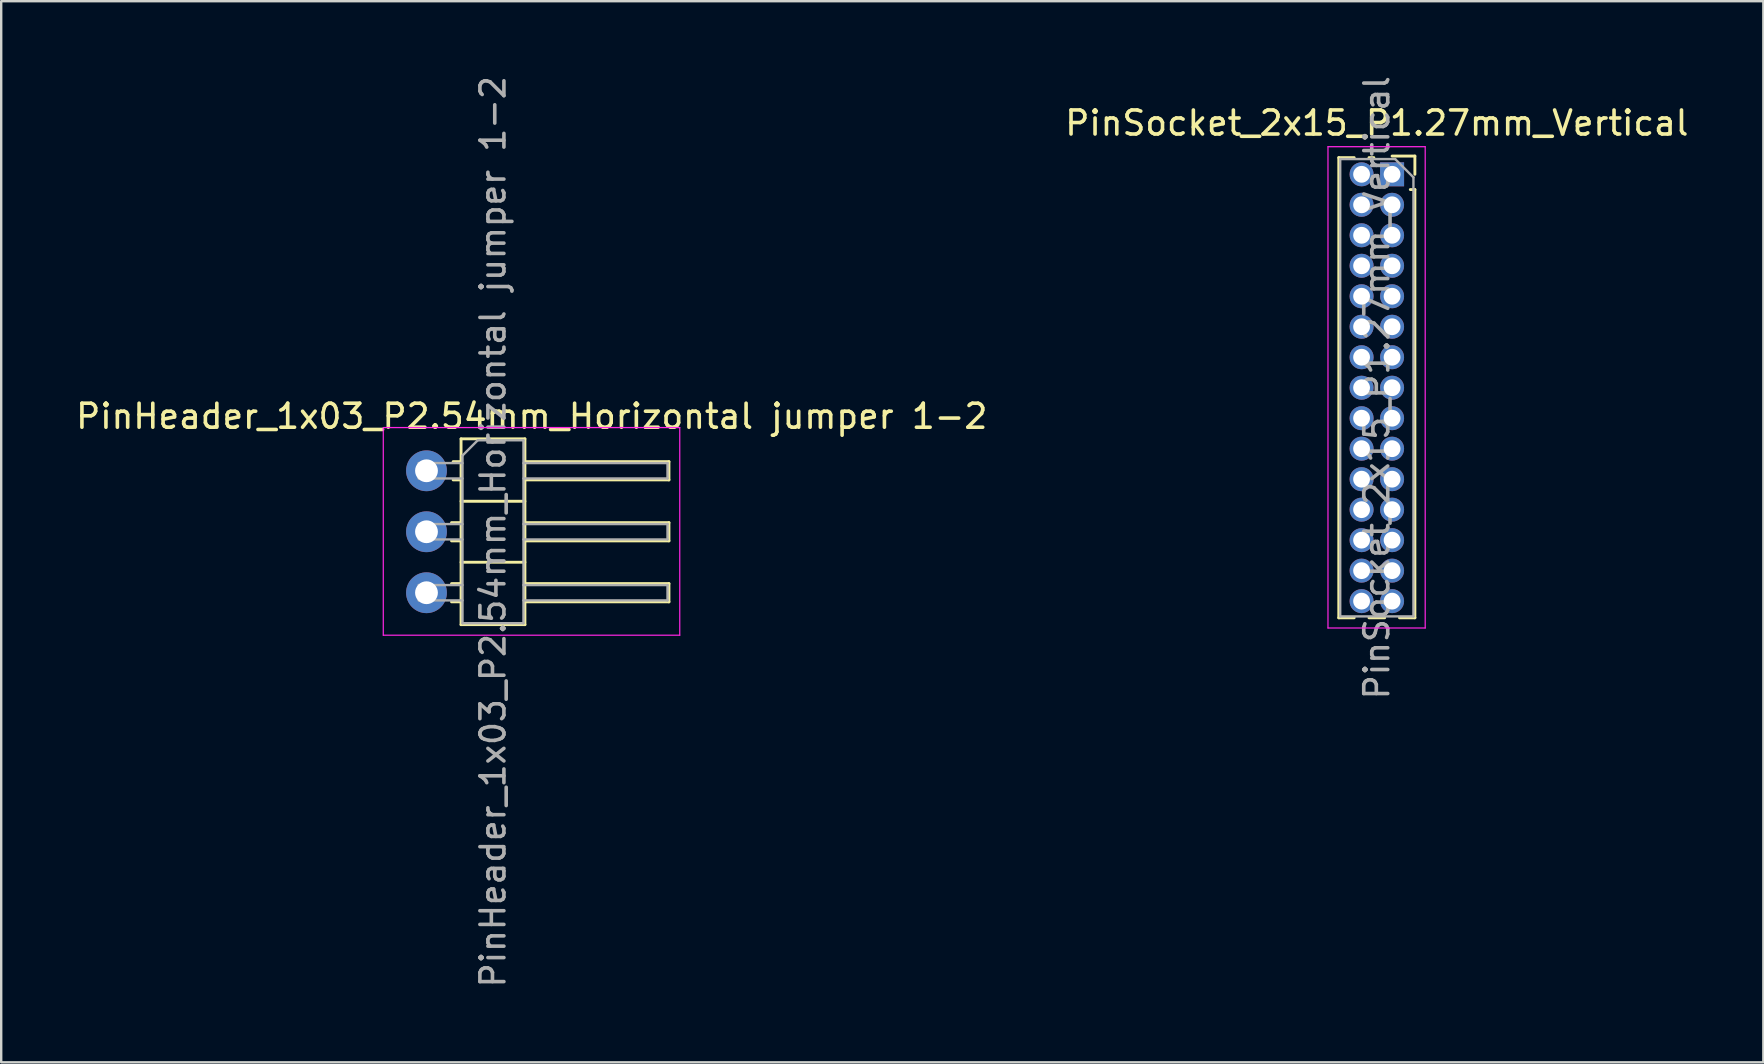
<source format=kicad_pcb>
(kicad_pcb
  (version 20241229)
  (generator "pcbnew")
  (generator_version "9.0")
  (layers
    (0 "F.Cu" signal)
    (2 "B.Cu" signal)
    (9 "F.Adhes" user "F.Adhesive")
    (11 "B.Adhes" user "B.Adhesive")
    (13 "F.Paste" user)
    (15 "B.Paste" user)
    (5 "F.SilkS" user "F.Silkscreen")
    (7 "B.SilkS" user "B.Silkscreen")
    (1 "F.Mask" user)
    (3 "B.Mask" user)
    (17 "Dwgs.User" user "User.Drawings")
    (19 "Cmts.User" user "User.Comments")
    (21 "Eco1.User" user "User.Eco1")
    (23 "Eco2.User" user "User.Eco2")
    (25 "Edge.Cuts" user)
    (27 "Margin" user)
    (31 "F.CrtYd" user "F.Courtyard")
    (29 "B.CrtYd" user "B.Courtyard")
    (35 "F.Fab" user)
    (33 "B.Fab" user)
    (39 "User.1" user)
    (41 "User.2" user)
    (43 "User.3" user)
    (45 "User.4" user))
  (footprint "PinHeader_1x03_P2.54mm_Horizontal jumper 1-2"
    (layer "F.Cu")
    (at 14.716 16.561)
    (property "Reference" "PinHeader_1x03_P2.54mm_Horizontal jumper 1-2" (at 4.385 -2.27 0) (layer "F.SilkS") (effects (font (size 1 1) (thickness 0.15))))
    (attr through_hole)
    (fp_line (start 1.043 2.16) (end 1.44 2.16) (stroke (width 0.12) (type solid)) (layer "F.SilkS"))
    (fp_line (start 1.043 2.92) (end 1.44 2.92) (stroke (width 0.12) (type solid)) (layer "F.SilkS"))
    (fp_line (start 1.043 4.7) (end 1.44 4.7) (stroke (width 0.12) (type solid)) (layer "F.SilkS"))
    (fp_line (start 1.043 5.46) (end 1.44 5.46) (stroke (width 0.12) (type solid)) (layer "F.SilkS"))
    (fp_line (start 1.11 -0.38) (end 1.44 -0.38) (stroke (width 0.12) (type solid)) (layer "F.SilkS"))
    (fp_line (start 1.11 0.38) (end 1.44 0.38) (stroke (width 0.12) (type solid)) (layer "F.SilkS"))
    (fp_line (start 1.44 -1.33) (end 1.44 6.41) (stroke (width 0.12) (type solid)) (layer "F.SilkS"))
    (fp_line (start 1.44 1.27) (end 4.1 1.27) (stroke (width 0.12) (type solid)) (layer "F.SilkS"))
    (fp_line (start 1.44 3.81) (end 4.1 3.81) (stroke (width 0.12) (type solid)) (layer "F.SilkS"))
    (fp_line (start 1.44 6.41) (end 4.1 6.41) (stroke (width 0.12) (type solid)) (layer "F.SilkS"))
    (fp_line (start 4.1 -1.33) (end 1.44 -1.33) (stroke (width 0.12) (type solid)) (layer "F.SilkS"))
    (fp_line (start 4.1 -0.38) (end 10.1 -0.38) (stroke (width 0.12) (type solid)) (layer "F.SilkS"))
    (fp_line (start 4.1 2.16) (end 10.1 2.16) (stroke (width 0.12) (type solid)) (layer "F.SilkS"))
    (fp_line (start 4.1 4.7) (end 10.1 4.7) (stroke (width 0.12) (type solid)) (layer "F.SilkS"))
    (fp_line (start 4.1 6.41) (end 4.1 -1.33) (stroke (width 0.12) (type solid)) (layer "F.SilkS"))
    (fp_line (start 10.1 -0.38) (end 10.1 0.38) (stroke (width 0.12) (type solid)) (layer "F.SilkS"))
    (fp_line (start 10.1 0.38) (end 4.1 0.38) (stroke (width 0.12) (type solid)) (layer "F.SilkS"))
    (fp_line (start 10.1 2.16) (end 10.1 2.92) (stroke (width 0.12) (type solid)) (layer "F.SilkS"))
    (fp_line (start 10.1 2.92) (end 4.1 2.92) (stroke (width 0.12) (type solid)) (layer "F.SilkS"))
    (fp_line (start 10.1 4.7) (end 10.1 5.46) (stroke (width 0.12) (type solid)) (layer "F.SilkS"))
    (fp_line (start 10.1 5.46) (end 4.1 5.46) (stroke (width 0.12) (type solid)) (layer "F.SilkS"))
    (fp_line (start -1.8 -1.8) (end -1.8 6.85) (stroke (width 0.05) (type solid)) (layer "F.CrtYd"))
    (fp_line (start -1.8 6.85) (end 10.55 6.85) (stroke (width 0.05) (type solid)) (layer "F.CrtYd"))
    (fp_line (start 10.55 -1.8) (end -1.8 -1.8) (stroke (width 0.05) (type solid)) (layer "F.CrtYd"))
    (fp_line (start 10.55 6.85) (end 10.55 -1.8) (stroke (width 0.05) (type solid)) (layer "F.CrtYd"))
    (fp_line (start -0.32 -0.32) (end -0.32 0.32) (stroke (width 0.1) (type solid)) (layer "F.Fab"))
    (fp_line (start -0.32 -0.32) (end 1.5 -0.32) (stroke (width 0.1) (type solid)) (layer "F.Fab"))
    (fp_line (start -0.32 0.32) (end 1.5 0.32) (stroke (width 0.1) (type solid)) (layer "F.Fab"))
    (fp_line (start -0.32 2.22) (end -0.32 2.86) (stroke (width 0.1) (type solid)) (layer "F.Fab"))
    (fp_line (start -0.32 2.22) (end 1.5 2.22) (stroke (width 0.1) (type solid)) (layer "F.Fab"))
    (fp_line (start -0.32 2.86) (end 1.5 2.86) (stroke (width 0.1) (type solid)) (layer "F.Fab"))
    (fp_line (start -0.32 4.76) (end -0.32 5.4) (stroke (width 0.1) (type solid)) (layer "F.Fab"))
    (fp_line (start -0.32 4.76) (end 1.5 4.76) (stroke (width 0.1) (type solid)) (layer "F.Fab"))
    (fp_line (start -0.32 5.4) (end 1.5 5.4) (stroke (width 0.1) (type solid)) (layer "F.Fab"))
    (fp_line (start 1.5 -0.635) (end 2.135 -1.27) (stroke (width 0.1) (type solid)) (layer "F.Fab"))
    (fp_line (start 1.5 6.35) (end 1.5 -0.635) (stroke (width 0.1) (type solid)) (layer "F.Fab"))
    (fp_line (start 2.135 -1.27) (end 4.04 -1.27) (stroke (width 0.1) (type solid)) (layer "F.Fab"))
    (fp_line (start 4.04 -1.27) (end 4.04 6.35) (stroke (width 0.1) (type solid)) (layer "F.Fab"))
    (fp_line (start 4.04 -0.32) (end 10.04 -0.32) (stroke (width 0.1) (type solid)) (layer "F.Fab"))
    (fp_line (start 4.04 0.32) (end 10.04 0.32) (stroke (width 0.1) (type solid)) (layer "F.Fab"))
    (fp_line (start 4.04 2.22) (end 10.04 2.22) (stroke (width 0.1) (type solid)) (layer "F.Fab"))
    (fp_line (start 4.04 2.86) (end 10.04 2.86) (stroke (width 0.1) (type solid)) (layer "F.Fab"))
    (fp_line (start 4.04 4.76) (end 10.04 4.76) (stroke (width 0.1) (type solid)) (layer "F.Fab"))
    (fp_line (start 4.04 5.4) (end 10.04 5.4) (stroke (width 0.1) (type solid)) (layer "F.Fab"))
    (fp_line (start 4.04 6.35) (end 1.5 6.35) (stroke (width 0.1) (type solid)) (layer "F.Fab"))
    (fp_line (start 10.04 -0.32) (end 10.04 0.32) (stroke (width 0.1) (type solid)) (layer "F.Fab"))
    (fp_line (start 10.04 2.22) (end 10.04 2.86) (stroke (width 0.1) (type solid)) (layer "F.Fab"))
    (fp_line (start 10.04 4.76) (end 10.04 5.4) (stroke (width 0.1) (type solid)) (layer "F.Fab"))
    (fp_text user "${REFERENCE}" (at 2.77 2.54 90) (layer "F.Fab") (effects (font (size 1 1) (thickness 0.15))))
    (pad "1" thru_hole circle (at 0 0) (size 1.7 1.7) (drill 0.95) (layers "*.Cu" "*.Mask"))
    (pad "2" thru_hole circle (at 0 2.54) (size 1.7 1.7) (drill 0.95) (layers "*.Cu" "*.Mask"))
    (pad "3" thru_hole circle (at 0 5.08) (size 1.7 1.7) (drill 0.95) (layers "*.Cu" "*.Mask")))
  (footprint "PinSocket_2x15_P1.27mm_Vertical"
    (layer "F.Cu")
    (at 54.939 4.211)
    (property "Reference" "PinSocket_2x15_P1.27mm_Vertical" (at -0.635 -2.135 0) (layer "F.SilkS") (effects (font (size 1 1) (thickness 0.15))))
    (attr through_hole)
    (fp_line (start -2.22 -0.695) (end -2.22 18.475) (stroke (width 0.12) (type solid)) (layer "F.SilkS"))
    (fp_line (start -2.22 -0.695) (end -1.578 -0.695) (stroke (width 0.12) (type solid)) (layer "F.SilkS"))
    (fp_line (start -2.22 18.475) (end -1.578 18.475) (stroke (width 0.12) (type solid)) (layer "F.SilkS"))
    (fp_line (start -0.962 -0.695) (end -0.76 -0.695) (stroke (width 0.12) (type solid)) (layer "F.SilkS"))
    (fp_line (start -0.962 18.475) (end -0.308 18.475) (stroke (width 0.12) (type solid)) (layer "F.SilkS"))
    (fp_line (start 0 -0.76) (end 0.95 -0.76) (stroke (width 0.12) (type solid)) (layer "F.SilkS"))
    (fp_line (start 0.308 18.475) (end 0.95 18.475) (stroke (width 0.12) (type solid)) (layer "F.SilkS"))
    (fp_line (start 0.76 0.635) (end 0.95 0.635) (stroke (width 0.12) (type solid)) (layer "F.SilkS"))
    (fp_line (start 0.95 -0.76) (end 0.95 0) (stroke (width 0.12) (type solid)) (layer "F.SilkS"))
    (fp_line (start 0.95 0.635) (end 0.95 18.475) (stroke (width 0.12) (type solid)) (layer "F.SilkS"))
    (fp_line (start -2.67 -1.15) (end 1.38 -1.15) (stroke (width 0.05) (type solid)) (layer "F.CrtYd"))
    (fp_line (start -2.67 18.9) (end -2.67 -1.15) (stroke (width 0.05) (type solid)) (layer "F.CrtYd"))
    (fp_line (start 1.38 -1.15) (end 1.38 18.9) (stroke (width 0.05) (type solid)) (layer "F.CrtYd"))
    (fp_line (start 1.38 18.9) (end -2.67 18.9) (stroke (width 0.05) (type solid)) (layer "F.CrtYd"))
    (fp_line (start -2.16 -0.635) (end 0.128 -0.635) (stroke (width 0.1) (type solid)) (layer "F.Fab"))
    (fp_line (start -2.16 18.415) (end -2.16 -0.635) (stroke (width 0.1) (type solid)) (layer "F.Fab"))
    (fp_line (start 0.128 -0.635) (end 0.89 0.128) (stroke (width 0.1) (type solid)) (layer "F.Fab"))
    (fp_line (start 0.89 0.128) (end 0.89 18.415) (stroke (width 0.1) (type solid)) (layer "F.Fab"))
    (fp_line (start 0.89 18.415) (end -2.16 18.415) (stroke (width 0.1) (type solid)) (layer "F.Fab"))
    (fp_text user "${REFERENCE}" (at -0.635 8.89 90) (layer "F.Fab") (effects (font (size 1 1) (thickness 0.15))))
    (pad "1" thru_hole rect (at 0 0) (size 1 1) (drill 0.7) (layers "*.Cu" "*.Mask"))
    (pad "2" thru_hole oval (at -1.27 0) (size 1 1) (drill 0.7) (layers "*.Cu" "*.Mask"))
    (pad "3" thru_hole oval (at 0 1.27) (size 1 1) (drill 0.7) (layers "*.Cu" "*.Mask"))
    (pad "4" thru_hole oval (at -1.27 1.27) (size 1 1) (drill 0.7) (layers "*.Cu" "*.Mask"))
    (pad "5" thru_hole oval (at 0 2.54) (size 1 1) (drill 0.7) (layers "*.Cu" "*.Mask"))
    (pad "6" thru_hole oval (at -1.27 2.54) (size 1 1) (drill 0.7) (layers "*.Cu" "*.Mask"))
    (pad "7" thru_hole oval (at 0 3.81) (size 1 1) (drill 0.7) (layers "*.Cu" "*.Mask"))
    (pad "8" thru_hole oval (at -1.27 3.81) (size 1 1) (drill 0.7) (layers "*.Cu" "*.Mask"))
    (pad "9" thru_hole oval (at 0 5.08) (size 1 1) (drill 0.7) (layers "*.Cu" "*.Mask"))
    (pad "10" thru_hole oval (at -1.27 5.08) (size 1 1) (drill 0.7) (layers "*.Cu" "*.Mask"))
    (pad "11" thru_hole oval (at 0 6.35) (size 1 1) (drill 0.7) (layers "*.Cu" "*.Mask"))
    (pad "12" thru_hole oval (at -1.27 6.35) (size 1 1) (drill 0.7) (layers "*.Cu" "*.Mask"))
    (pad "13" thru_hole oval (at 0 7.62) (size 1 1) (drill 0.7) (layers "*.Cu" "*.Mask"))
    (pad "14" thru_hole oval (at -1.27 7.62) (size 1 1) (drill 0.7) (layers "*.Cu" "*.Mask"))
    (pad "15" thru_hole oval (at 0 8.89) (size 1 1) (drill 0.7) (layers "*.Cu" "*.Mask"))
    (pad "16" thru_hole oval (at -1.27 8.89) (size 1 1) (drill 0.7) (layers "*.Cu" "*.Mask"))
    (pad "17" thru_hole oval (at 0 10.16) (size 1 1) (drill 0.7) (layers "*.Cu" "*.Mask"))
    (pad "18" thru_hole oval (at -1.27 10.16) (size 1 1) (drill 0.7) (layers "*.Cu" "*.Mask"))
    (pad "19" thru_hole oval (at 0 11.43) (size 1 1) (drill 0.7) (layers "*.Cu" "*.Mask"))
    (pad "20" thru_hole oval (at -1.27 11.43) (size 1 1) (drill 0.7) (layers "*.Cu" "*.Mask"))
    (pad "21" thru_hole oval (at 0 12.7) (size 1 1) (drill 0.7) (layers "*.Cu" "*.Mask"))
    (pad "22" thru_hole oval (at -1.27 12.7) (size 1 1) (drill 0.7) (layers "*.Cu" "*.Mask"))
    (pad "23" thru_hole oval (at 0 13.97) (size 1 1) (drill 0.7) (layers "*.Cu" "*.Mask"))
    (pad "24" thru_hole oval (at -1.27 13.97) (size 1 1) (drill 0.7) (layers "*.Cu" "*.Mask"))
    (pad "25" thru_hole oval (at 0 15.24) (size 1 1) (drill 0.7) (layers "*.Cu" "*.Mask"))
    (pad "26" thru_hole oval (at -1.27 15.24) (size 1 1) (drill 0.7) (layers "*.Cu" "*.Mask"))
    (pad "27" thru_hole oval (at 0 16.51) (size 1 1) (drill 0.7) (layers "*.Cu" "*.Mask"))
    (pad "28" thru_hole oval (at -1.27 16.51) (size 1 1) (drill 0.7) (layers "*.Cu" "*.Mask"))
    (pad "29" thru_hole oval (at 0 17.78) (size 1 1) (drill 0.7) (layers "*.Cu" "*.Mask"))
    (pad "30" thru_hole oval (at -1.27 17.78) (size 1 1) (drill 0.7) (layers "*.Cu" "*.Mask")))
  (gr_rect
    (start -3 -3)
    (end 70.405 41.202)
    (stroke (width 0.1) (type default))
    (fill no)
    (layer "Edge.Cuts")))
</source>
